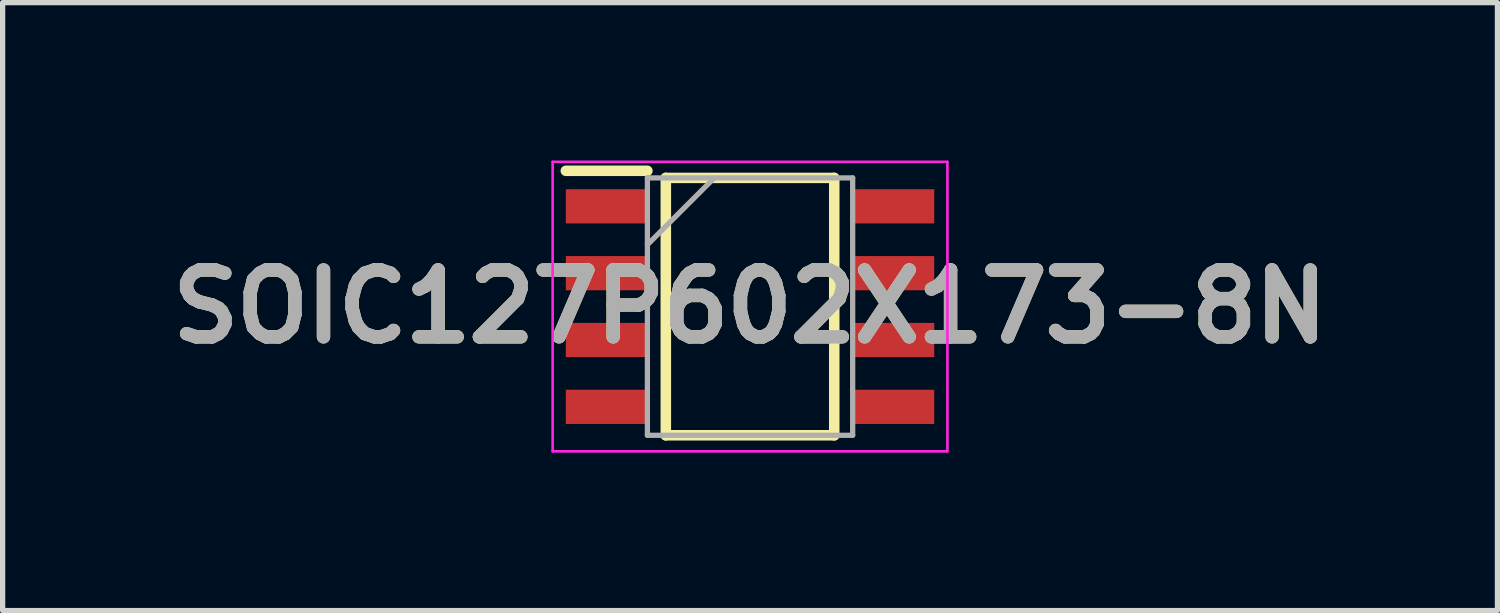
<source format=kicad_pcb>
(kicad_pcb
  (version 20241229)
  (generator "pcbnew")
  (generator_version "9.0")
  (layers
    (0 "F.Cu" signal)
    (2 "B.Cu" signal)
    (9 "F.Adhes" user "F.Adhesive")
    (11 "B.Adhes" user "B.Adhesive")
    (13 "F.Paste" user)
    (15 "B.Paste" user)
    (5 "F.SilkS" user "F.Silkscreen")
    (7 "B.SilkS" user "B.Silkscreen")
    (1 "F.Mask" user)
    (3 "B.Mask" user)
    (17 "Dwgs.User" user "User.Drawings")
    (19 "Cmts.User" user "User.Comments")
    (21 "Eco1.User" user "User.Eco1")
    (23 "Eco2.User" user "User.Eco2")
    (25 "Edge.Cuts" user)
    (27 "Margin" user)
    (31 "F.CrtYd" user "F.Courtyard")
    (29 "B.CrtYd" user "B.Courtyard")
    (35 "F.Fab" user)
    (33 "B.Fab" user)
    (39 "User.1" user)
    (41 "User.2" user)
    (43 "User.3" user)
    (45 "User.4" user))
  (footprint "SOIC127P602X173-8N"
    (layer "F.Cu")
    (at 11.2 2.775)
    (property "Reference" "SOIC127P602X173-8N" (at 0 0 0) (layer "F.SilkS") (effects (font (size 1.27 1.27) (thickness 0.254))))
    (attr smd)
    (fp_line (start -3.5 -2.58) (end -1.95 -2.58) (stroke (width 0.2) (type solid)) (layer "F.SilkS"))
    (fp_line (start -1.6 -2.445) (end 1.6 -2.445) (stroke (width 0.2) (type solid)) (layer "F.SilkS"))
    (fp_line (start -1.6 2.445) (end -1.6 -2.445) (stroke (width 0.2) (type solid)) (layer "F.SilkS"))
    (fp_line (start 1.6 -2.445) (end 1.6 2.445) (stroke (width 0.2) (type solid)) (layer "F.SilkS"))
    (fp_line (start 1.6 2.445) (end -1.6 2.445) (stroke (width 0.2) (type solid)) (layer "F.SilkS"))
    (fp_line (start -3.75 -2.75) (end 3.75 -2.75) (stroke (width 0.05) (type solid)) (layer "F.CrtYd"))
    (fp_line (start -3.75 2.75) (end -3.75 -2.75) (stroke (width 0.05) (type solid)) (layer "F.CrtYd"))
    (fp_line (start 3.75 -2.75) (end 3.75 2.75) (stroke (width 0.05) (type solid)) (layer "F.CrtYd"))
    (fp_line (start 3.75 2.75) (end -3.75 2.75) (stroke (width 0.05) (type solid)) (layer "F.CrtYd"))
    (fp_line (start -1.95 -2.445) (end 1.95 -2.445) (stroke (width 0.1) (type solid)) (layer "F.Fab"))
    (fp_line (start -1.95 -1.175) (end -0.68 -2.445) (stroke (width 0.1) (type solid)) (layer "F.Fab"))
    (fp_line (start -1.95 2.445) (end -1.95 -2.445) (stroke (width 0.1) (type solid)) (layer "F.Fab"))
    (fp_line (start 1.95 -2.445) (end 1.95 2.445) (stroke (width 0.1) (type solid)) (layer "F.Fab"))
    (fp_line (start 1.95 2.445) (end -1.95 2.445) (stroke (width 0.1) (type solid)) (layer "F.Fab"))
    (fp_text user "${REFERENCE}" (at 0 0 0) (layer "F.Fab") (effects (font (size 1.27 1.27) (thickness 0.254))))
    (pad "1" smd rect (at -2.725 -1.905 90) (size 0.65 1.55) (layers "F.Cu" "F.Mask" "F.Paste"))
    (pad "2" smd rect (at -2.725 -0.635 90) (size 0.65 1.55) (layers "F.Cu" "F.Mask" "F.Paste"))
    (pad "3" smd rect (at -2.725 0.635 90) (size 0.65 1.55) (layers "F.Cu" "F.Mask" "F.Paste"))
    (pad "4" smd rect (at -2.725 1.905 90) (size 0.65 1.55) (layers "F.Cu" "F.Mask" "F.Paste"))
    (pad "5" smd rect (at 2.725 1.905 90) (size 0.65 1.55) (layers "F.Cu" "F.Mask" "F.Paste"))
    (pad "6" smd rect (at 2.725 0.635 90) (size 0.65 1.55) (layers "F.Cu" "F.Mask" "F.Paste"))
    (pad "7" smd rect (at 2.725 -0.635 90) (size 0.65 1.55) (layers "F.Cu" "F.Mask" "F.Paste"))
    (pad "8" smd rect (at 2.725 -1.905 90) (size 0.65 1.55) (layers "F.Cu" "F.Mask" "F.Paste")))
  (gr_rect
    (start -3 -3)
    (end 25.4 8.55)
    (stroke (width 0.1) (type default))
    (fill no)
    (layer "Edge.Cuts")))
</source>
